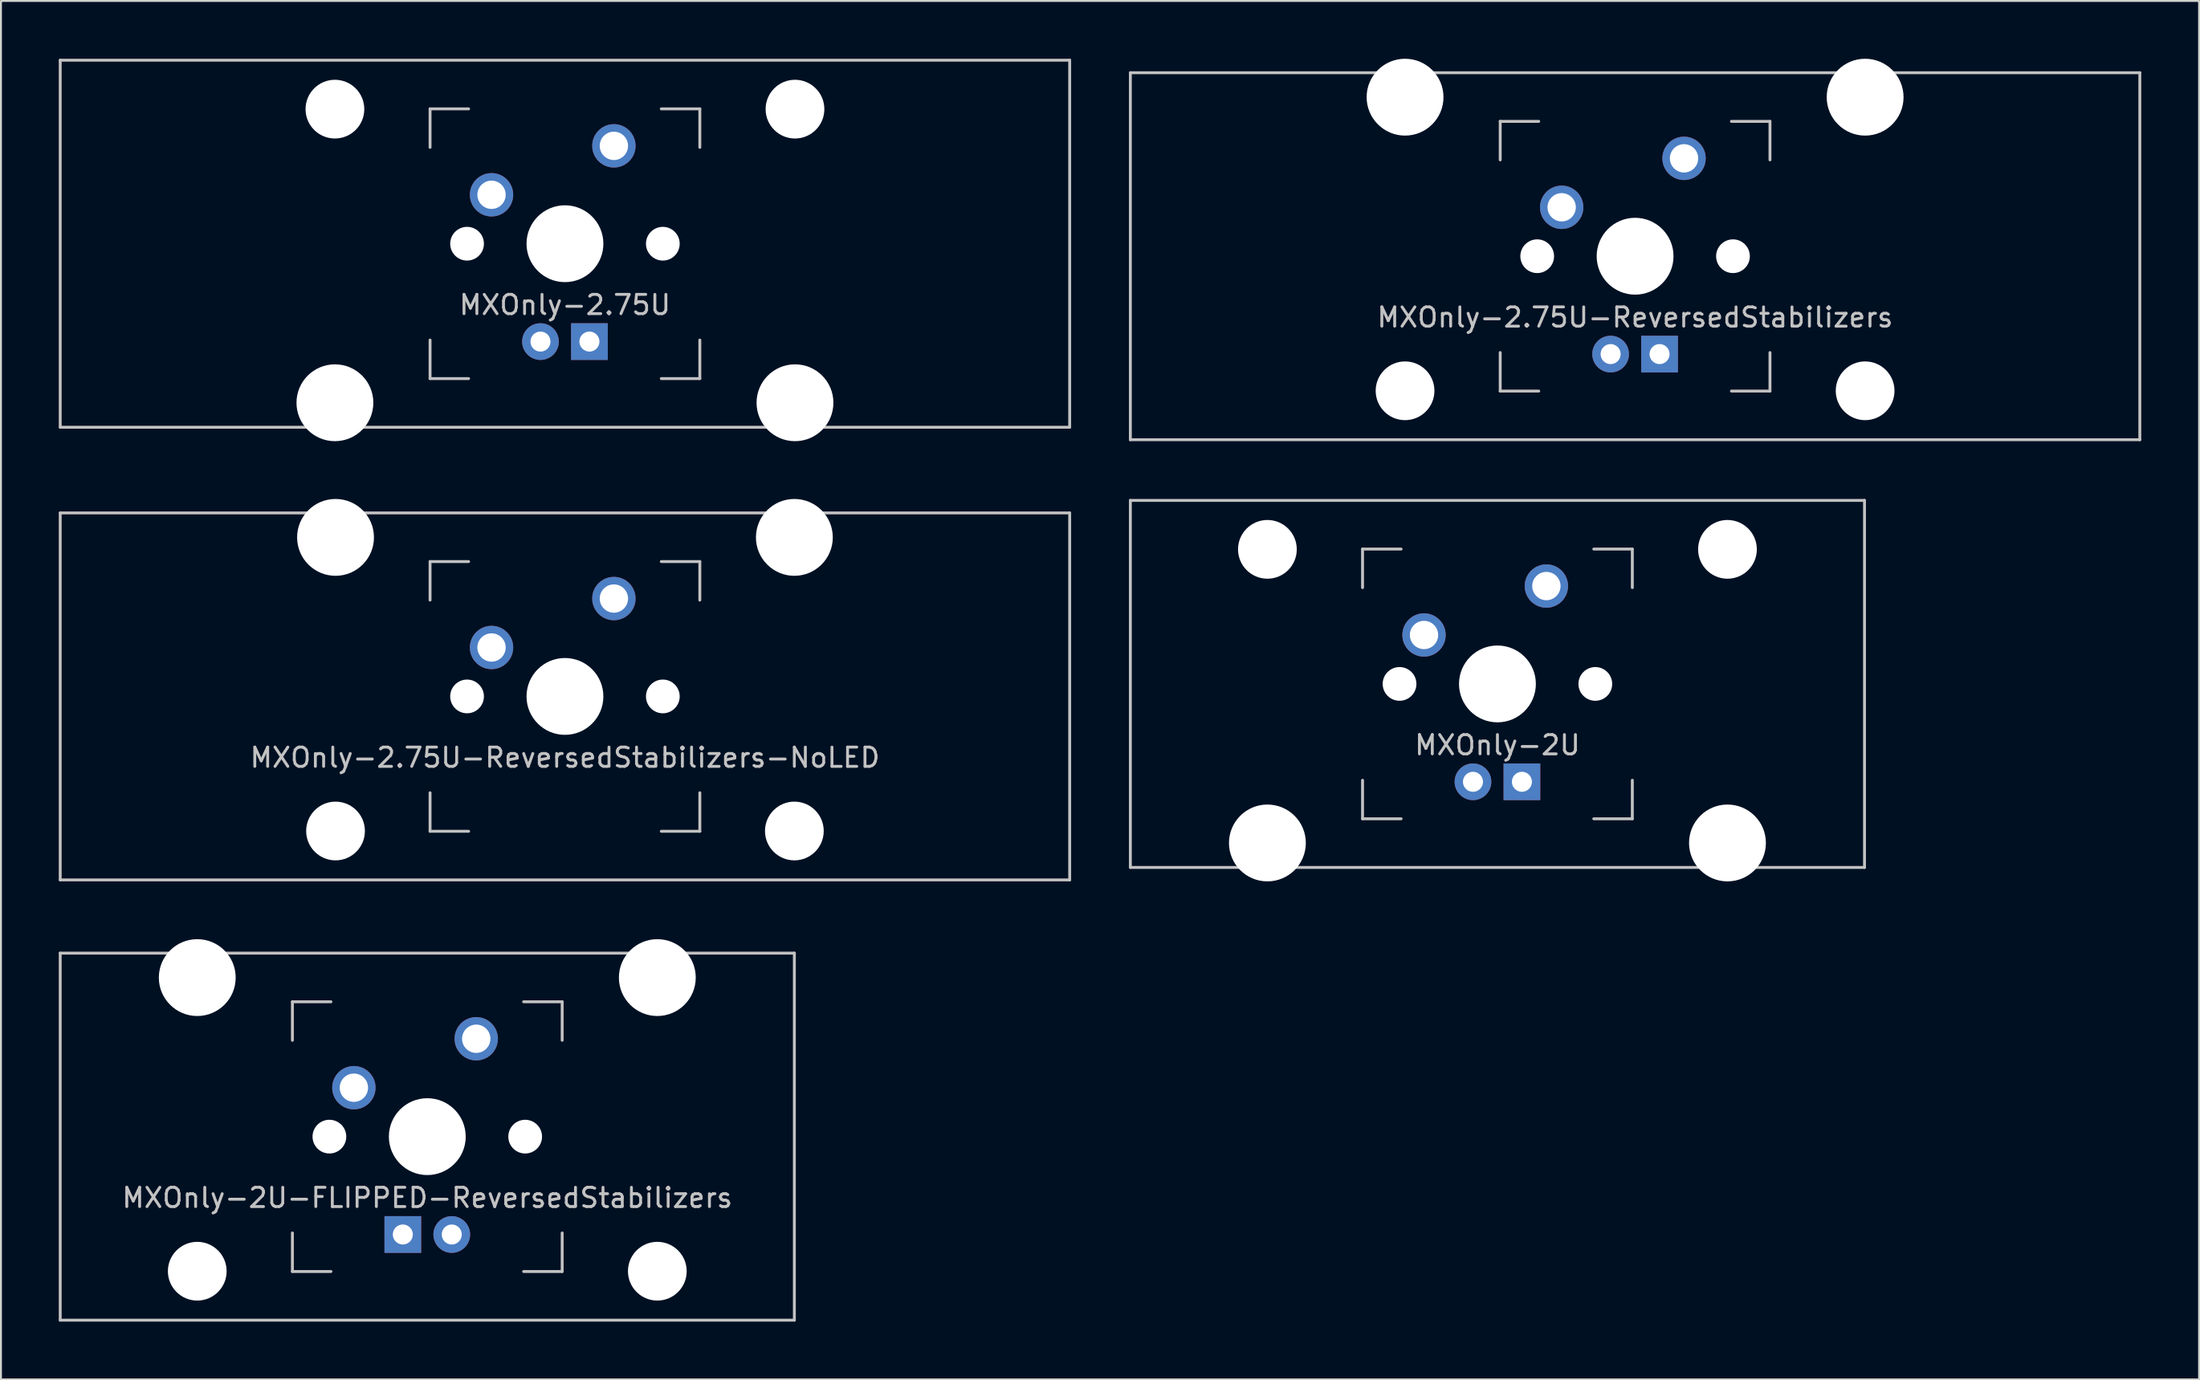
<source format=kicad_pcb>
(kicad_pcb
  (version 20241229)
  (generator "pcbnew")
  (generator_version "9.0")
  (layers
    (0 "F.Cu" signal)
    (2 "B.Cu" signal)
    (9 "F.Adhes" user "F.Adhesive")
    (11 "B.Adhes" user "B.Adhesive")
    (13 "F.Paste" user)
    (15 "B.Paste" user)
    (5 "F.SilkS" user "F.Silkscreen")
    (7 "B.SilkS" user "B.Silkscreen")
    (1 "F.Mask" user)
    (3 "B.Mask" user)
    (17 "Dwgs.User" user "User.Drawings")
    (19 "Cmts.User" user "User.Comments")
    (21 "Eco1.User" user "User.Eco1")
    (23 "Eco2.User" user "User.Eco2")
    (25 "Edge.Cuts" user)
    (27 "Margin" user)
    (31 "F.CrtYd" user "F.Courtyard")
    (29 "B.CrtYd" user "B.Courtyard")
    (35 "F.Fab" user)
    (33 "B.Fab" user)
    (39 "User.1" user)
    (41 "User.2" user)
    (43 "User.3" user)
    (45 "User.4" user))
  (footprint "MXOnly-2U"
    (layer "F.Cu")
    (at 74.662 32.449)
    (property "Reference" "MXOnly-2U" (at 0 3.175 0) (layer "Dwgs.User") (effects (font (size 1 1) (thickness 0.15))))
    (attr through_hole)
    (fp_line (start -19.05 -9.525) (end 19.05 -9.525) (stroke (width 0.15) (type solid)) (layer "Dwgs.User"))
    (fp_line (start -19.05 9.525) (end -19.05 -9.525) (stroke (width 0.15) (type solid)) (layer "Dwgs.User"))
    (fp_line (start -19.05 9.525) (end 19.05 9.525) (stroke (width 0.15) (type solid)) (layer "Dwgs.User"))
    (fp_line (start -7 -7) (end -7 -5) (stroke (width 0.15) (type solid)) (layer "Dwgs.User"))
    (fp_line (start -7 5) (end -7 7) (stroke (width 0.15) (type solid)) (layer "Dwgs.User"))
    (fp_line (start -7 7) (end -5 7) (stroke (width 0.15) (type solid)) (layer "Dwgs.User"))
    (fp_line (start -5 -7) (end -7 -7) (stroke (width 0.15) (type solid)) (layer "Dwgs.User"))
    (fp_line (start 5 -7) (end 7 -7) (stroke (width 0.15) (type solid)) (layer "Dwgs.User"))
    (fp_line (start 5 7) (end 7 7) (stroke (width 0.15) (type solid)) (layer "Dwgs.User"))
    (fp_line (start 7 -7) (end 7 -5) (stroke (width 0.15) (type solid)) (layer "Dwgs.User"))
    (fp_line (start 7 7) (end 7 5) (stroke (width 0.15) (type solid)) (layer "Dwgs.User"))
    (fp_line (start 19.05 -9.525) (end 19.05 9.525) (stroke (width 0.15) (type solid)) (layer "Dwgs.User"))
    (pad "" np_thru_hole circle (at -11.938 -6.985) (size 3.048 3.048) (drill 3.048) (layers "*.Cu" "*.Mask"))
    (pad "" np_thru_hole circle (at -11.938 8.255) (size 3.988 3.988) (drill 3.988) (layers "*.Cu" "*.Mask"))
    (pad "" np_thru_hole circle (at -5.08 0 48.1) (size 1.75 1.75) (drill 1.75) (layers "*.Cu" "*.Mask"))
    (pad "" np_thru_hole circle (at 0 0) (size 3.988 3.988) (drill 3.988) (layers "*.Cu" "*.Mask"))
    (pad "" np_thru_hole circle (at 5.08 0 48.1) (size 1.75 1.75) (drill 1.75) (layers "*.Cu" "*.Mask"))
    (pad "" np_thru_hole circle (at 11.938 -6.985) (size 3.048 3.048) (drill 3.048) (layers "*.Cu" "*.Mask"))
    (pad "" np_thru_hole circle (at 11.938 8.255) (size 3.988 3.988) (drill 3.988) (layers "*.Cu" "*.Mask"))
    (pad "1" thru_hole circle (at -3.81 -2.54) (size 2.25 2.25) (drill 1.47) (layers "*.Cu" "B.Mask"))
    (pad "2" thru_hole circle (at 2.54 -5.08) (size 2.25 2.25) (drill 1.47) (layers "*.Cu" "B.Mask"))
    (pad "3" thru_hole circle (at -1.27 5.08) (size 1.905 1.905) (drill 1.04) (layers "*.Cu" "B.Mask"))
    (pad "4" thru_hole rect (at 1.27 5.08) (size 1.905 1.905) (drill 1.04) (layers "*.Cu" "B.Mask")))
  (footprint "MXOnly-2.75U-ReversedStabilizers"
    (layer "F.Cu")
    (at 81.806 10.249)
    (property "Reference" "MXOnly-2.75U-ReversedStabilizers" (at 0 3.175 0) (layer "Dwgs.User") (effects (font (size 1 1) (thickness 0.15))))
    (attr through_hole)
    (fp_line (start -26.194 -9.525) (end 26.194 -9.525) (stroke (width 0.15) (type solid)) (layer "Dwgs.User"))
    (fp_line (start -26.194 9.525) (end -26.194 -9.525) (stroke (width 0.15) (type solid)) (layer "Dwgs.User"))
    (fp_line (start -26.194 9.525) (end 26.194 9.525) (stroke (width 0.15) (type solid)) (layer "Dwgs.User"))
    (fp_line (start -7 -7) (end -7 -5) (stroke (width 0.15) (type solid)) (layer "Dwgs.User"))
    (fp_line (start -7 5) (end -7 7) (stroke (width 0.15) (type solid)) (layer "Dwgs.User"))
    (fp_line (start -7 7) (end -5 7) (stroke (width 0.15) (type solid)) (layer "Dwgs.User"))
    (fp_line (start -5 -7) (end -7 -7) (stroke (width 0.15) (type solid)) (layer "Dwgs.User"))
    (fp_line (start 5 -7) (end 7 -7) (stroke (width 0.15) (type solid)) (layer "Dwgs.User"))
    (fp_line (start 5 7) (end 7 7) (stroke (width 0.15) (type solid)) (layer "Dwgs.User"))
    (fp_line (start 7 -7) (end 7 -5) (stroke (width 0.15) (type solid)) (layer "Dwgs.User"))
    (fp_line (start 7 7) (end 7 5) (stroke (width 0.15) (type solid)) (layer "Dwgs.User"))
    (fp_line (start 26.194 -9.525) (end 26.194 9.525) (stroke (width 0.15) (type solid)) (layer "Dwgs.User"))
    (pad "" np_thru_hole circle (at -11.938 -8.255) (size 3.988 3.988) (drill 3.988) (layers "*.Cu" "*.Mask"))
    (pad "" np_thru_hole circle (at -11.938 6.985) (size 3.048 3.048) (drill 3.048) (layers "*.Cu" "*.Mask"))
    (pad "" np_thru_hole circle (at -5.08 0 48.1) (size 1.75 1.75) (drill 1.75) (layers "*.Cu" "*.Mask"))
    (pad "" np_thru_hole circle (at 0 0) (size 3.988 3.988) (drill 3.988) (layers "*.Cu" "*.Mask"))
    (pad "" np_thru_hole circle (at 5.08 0 48.1) (size 1.75 1.75) (drill 1.75) (layers "*.Cu" "*.Mask"))
    (pad "" np_thru_hole circle (at 11.938 -8.255) (size 3.988 3.988) (drill 3.988) (layers "*.Cu" "*.Mask"))
    (pad "" np_thru_hole circle (at 11.938 6.985) (size 3.048 3.048) (drill 3.048) (layers "*.Cu" "*.Mask"))
    (pad "1" thru_hole circle (at -3.81 -2.54) (size 2.25 2.25) (drill 1.47) (layers "*.Cu" "B.Mask"))
    (pad "2" thru_hole circle (at 2.54 -5.08) (size 2.25 2.25) (drill 1.47) (layers "*.Cu" "B.Mask"))
    (pad "3" thru_hole circle (at -1.27 5.08) (size 1.905 1.905) (drill 1.04) (layers "*.Cu" "B.Mask"))
    (pad "4" thru_hole rect (at 1.27 5.08) (size 1.905 1.905) (drill 1.04) (layers "*.Cu" "B.Mask")))
  (footprint "MXOnly-2.75U-ReversedStabilizers-NoLED"
    (layer "F.Cu")
    (at 26.269 33.098)
    (property "Reference" "MXOnly-2.75U-ReversedStabilizers-NoLED" (at 0 3.175 0) (layer "Dwgs.User") (effects (font (size 1 1) (thickness 0.15))))
    (attr through_hole)
    (fp_line (start -26.194 -9.525) (end 26.194 -9.525) (stroke (width 0.15) (type solid)) (layer "Dwgs.User"))
    (fp_line (start -26.194 9.525) (end -26.194 -9.525) (stroke (width 0.15) (type solid)) (layer "Dwgs.User"))
    (fp_line (start -26.194 9.525) (end 26.194 9.525) (stroke (width 0.15) (type solid)) (layer "Dwgs.User"))
    (fp_line (start -7 -7) (end -7 -5) (stroke (width 0.15) (type solid)) (layer "Dwgs.User"))
    (fp_line (start -7 5) (end -7 7) (stroke (width 0.15) (type solid)) (layer "Dwgs.User"))
    (fp_line (start -7 7) (end -5 7) (stroke (width 0.15) (type solid)) (layer "Dwgs.User"))
    (fp_line (start -5 -7) (end -7 -7) (stroke (width 0.15) (type solid)) (layer "Dwgs.User"))
    (fp_line (start 5 -7) (end 7 -7) (stroke (width 0.15) (type solid)) (layer "Dwgs.User"))
    (fp_line (start 5 7) (end 7 7) (stroke (width 0.15) (type solid)) (layer "Dwgs.User"))
    (fp_line (start 7 -7) (end 7 -5) (stroke (width 0.15) (type solid)) (layer "Dwgs.User"))
    (fp_line (start 7 7) (end 7 5) (stroke (width 0.15) (type solid)) (layer "Dwgs.User"))
    (fp_line (start 26.194 -9.525) (end 26.194 9.525) (stroke (width 0.15) (type solid)) (layer "Dwgs.User"))
    (pad "" np_thru_hole circle (at -11.906 -8.255) (size 3.988 3.988) (drill 3.988) (layers "*.Cu" "*.Mask"))
    (pad "" np_thru_hole circle (at -11.906 6.985) (size 3.048 3.048) (drill 3.048) (layers "*.Cu" "*.Mask"))
    (pad "" np_thru_hole circle (at -5.08 0 48.1) (size 1.75 1.75) (drill 1.75) (layers "*.Cu" "*.Mask"))
    (pad "" np_thru_hole circle (at 0 0) (size 3.988 3.988) (drill 3.988) (layers "*.Cu" "*.Mask"))
    (pad "" np_thru_hole circle (at 5.08 0 48.1) (size 1.75 1.75) (drill 1.75) (layers "*.Cu" "*.Mask"))
    (pad "" np_thru_hole circle (at 11.906 -8.255) (size 3.988 3.988) (drill 3.988) (layers "*.Cu" "*.Mask"))
    (pad "" np_thru_hole circle (at 11.906 6.985) (size 3.048 3.048) (drill 3.048) (layers "*.Cu" "*.Mask"))
    (pad "1" thru_hole circle (at -3.81 -2.54) (size 2.25 2.25) (drill 1.47) (layers "*.Cu" "B.Mask"))
    (pad "2" thru_hole circle (at 2.54 -5.08) (size 2.25 2.25) (drill 1.47) (layers "*.Cu" "B.Mask")))
  (footprint "MXOnly-2U-FLIPPED-ReversedStabilizers"
    (layer "F.Cu")
    (at 19.125 55.947)
    (property "Reference" "MXOnly-2U-FLIPPED-ReversedStabilizers" (at 0 3.175 0) (layer "Dwgs.User") (effects (font (size 1 1) (thickness 0.15))))
    (attr through_hole)
    (fp_line (start -19.05 -9.525) (end 19.05 -9.525) (stroke (width 0.15) (type solid)) (layer "Dwgs.User"))
    (fp_line (start -19.05 9.525) (end -19.05 -9.525) (stroke (width 0.15) (type solid)) (layer "Dwgs.User"))
    (fp_line (start -19.05 9.525) (end 19.05 9.525) (stroke (width 0.15) (type solid)) (layer "Dwgs.User"))
    (fp_line (start -7 -7) (end -7 -5) (stroke (width 0.15) (type solid)) (layer "Dwgs.User"))
    (fp_line (start -7 5) (end -7 7) (stroke (width 0.15) (type solid)) (layer "Dwgs.User"))
    (fp_line (start -7 7) (end -5 7) (stroke (width 0.15) (type solid)) (layer "Dwgs.User"))
    (fp_line (start -5 -7) (end -7 -7) (stroke (width 0.15) (type solid)) (layer "Dwgs.User"))
    (fp_line (start 5 -7) (end 7 -7) (stroke (width 0.15) (type solid)) (layer "Dwgs.User"))
    (fp_line (start 5 7) (end 7 7) (stroke (width 0.15) (type solid)) (layer "Dwgs.User"))
    (fp_line (start 7 -7) (end 7 -5) (stroke (width 0.15) (type solid)) (layer "Dwgs.User"))
    (fp_line (start 7 7) (end 7 5) (stroke (width 0.15) (type solid)) (layer "Dwgs.User"))
    (fp_line (start 19.05 -9.525) (end 19.05 9.525) (stroke (width 0.15) (type solid)) (layer "Dwgs.User"))
    (pad "" np_thru_hole circle (at -11.938 -8.255) (size 3.988 3.988) (drill 3.988) (layers "*.Cu" "*.Mask"))
    (pad "" np_thru_hole circle (at -11.938 6.985) (size 3.048 3.048) (drill 3.048) (layers "*.Cu" "*.Mask"))
    (pad "" np_thru_hole circle (at -5.08 0 48.1) (size 1.75 1.75) (drill 1.75) (layers "*.Cu" "*.Mask"))
    (pad "" np_thru_hole circle (at 0 0) (size 3.988 3.988) (drill 3.988) (layers "*.Cu" "*.Mask"))
    (pad "" np_thru_hole circle (at 5.08 0 48.1) (size 1.75 1.75) (drill 1.75) (layers "*.Cu" "*.Mask"))
    (pad "" np_thru_hole circle (at 11.938 -8.255) (size 3.988 3.988) (drill 3.988) (layers "*.Cu" "*.Mask"))
    (pad "" np_thru_hole circle (at 11.938 6.985) (size 3.048 3.048) (drill 3.048) (layers "*.Cu" "*.Mask"))
    (pad "1" thru_hole circle (at -3.81 -2.54) (size 2.25 2.25) (drill 1.47) (layers "*.Cu" "B.Mask"))
    (pad "2" thru_hole circle (at 2.54 -5.08) (size 2.25 2.25) (drill 1.47) (layers "*.Cu" "B.Mask"))
    (pad "3" thru_hole circle (at 1.27 5.08) (size 1.905 1.905) (drill 1.04) (layers "*.Cu" "B.Mask"))
    (pad "4" thru_hole rect (at -1.27 5.08) (size 1.905 1.905) (drill 1.04) (layers "*.Cu" "B.Mask")))
  (footprint "MXOnly-2.75U"
    (layer "F.Cu")
    (at 26.269 9.6)
    (property "Reference" "MXOnly-2.75U" (at 0 3.175 0) (layer "Dwgs.User") (effects (font (size 1 1) (thickness 0.15))))
    (attr through_hole)
    (fp_line (start -26.194 -9.525) (end 26.194 -9.525) (stroke (width 0.15) (type solid)) (layer "Dwgs.User"))
    (fp_line (start -26.194 9.525) (end -26.194 -9.525) (stroke (width 0.15) (type solid)) (layer "Dwgs.User"))
    (fp_line (start -26.194 9.525) (end 26.194 9.525) (stroke (width 0.15) (type solid)) (layer "Dwgs.User"))
    (fp_line (start -7 -7) (end -7 -5) (stroke (width 0.15) (type solid)) (layer "Dwgs.User"))
    (fp_line (start -7 5) (end -7 7) (stroke (width 0.15) (type solid)) (layer "Dwgs.User"))
    (fp_line (start -7 7) (end -5 7) (stroke (width 0.15) (type solid)) (layer "Dwgs.User"))
    (fp_line (start -5 -7) (end -7 -7) (stroke (width 0.15) (type solid)) (layer "Dwgs.User"))
    (fp_line (start 5 -7) (end 7 -7) (stroke (width 0.15) (type solid)) (layer "Dwgs.User"))
    (fp_line (start 5 7) (end 7 7) (stroke (width 0.15) (type solid)) (layer "Dwgs.User"))
    (fp_line (start 7 -7) (end 7 -5) (stroke (width 0.15) (type solid)) (layer "Dwgs.User"))
    (fp_line (start 7 7) (end 7 5) (stroke (width 0.15) (type solid)) (layer "Dwgs.User"))
    (fp_line (start 26.194 -9.525) (end 26.194 9.525) (stroke (width 0.15) (type solid)) (layer "Dwgs.User"))
    (pad "" np_thru_hole circle (at -11.938 -6.985) (size 3.048 3.048) (drill 3.048) (layers "*.Cu" "*.Mask"))
    (pad "" np_thru_hole circle (at -11.938 8.255) (size 3.988 3.988) (drill 3.988) (layers "*.Cu" "*.Mask"))
    (pad "" np_thru_hole circle (at -5.08 0 48.1) (size 1.75 1.75) (drill 1.75) (layers "*.Cu" "*.Mask"))
    (pad "" np_thru_hole circle (at 0 0) (size 3.988 3.988) (drill 3.988) (layers "*.Cu" "*.Mask"))
    (pad "" np_thru_hole circle (at 5.08 0 48.1) (size 1.75 1.75) (drill 1.75) (layers "*.Cu" "*.Mask"))
    (pad "" np_thru_hole circle (at 11.938 -6.985) (size 3.048 3.048) (drill 3.048) (layers "*.Cu" "*.Mask"))
    (pad "" np_thru_hole circle (at 11.938 8.255) (size 3.988 3.988) (drill 3.988) (layers "*.Cu" "*.Mask"))
    (pad "1" thru_hole circle (at -3.81 -2.54) (size 2.25 2.25) (drill 1.47) (layers "*.Cu" "B.Mask"))
    (pad "2" thru_hole circle (at 2.54 -5.08) (size 2.25 2.25) (drill 1.47) (layers "*.Cu" "B.Mask"))
    (pad "3" thru_hole circle (at -1.27 5.08) (size 1.905 1.905) (drill 1.04) (layers "*.Cu" "B.Mask"))
    (pad "4" thru_hole rect (at 1.27 5.08) (size 1.905 1.905) (drill 1.04) (layers "*.Cu" "B.Mask")))
  (gr_rect
    (start -3 -3)
    (end 111.075 68.547)
    (stroke (width 0.1) (type default))
    (fill no)
    (layer "Edge.Cuts")))
</source>
